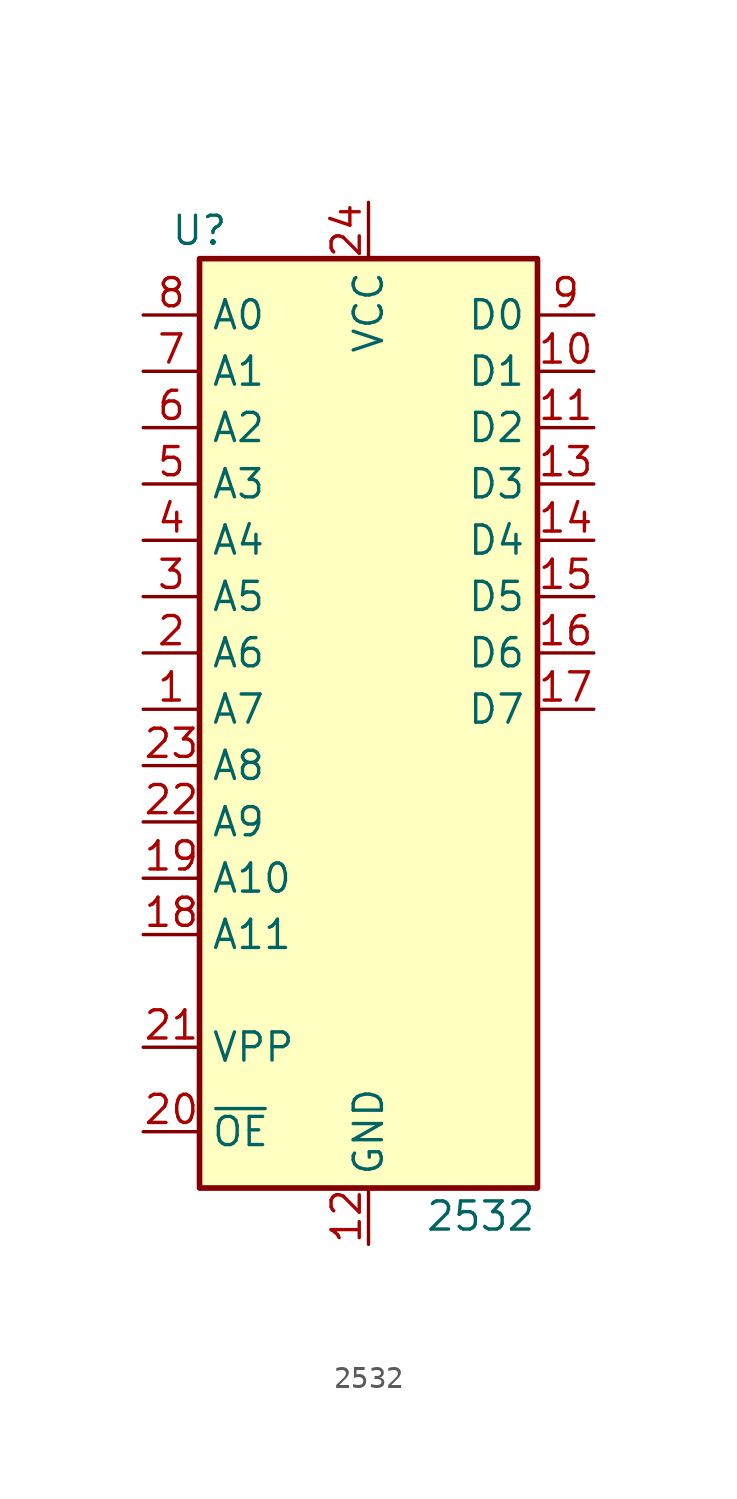
<source format=kicad_sym>
(kicad_symbol_lib
  (version 20211014)
  (generator kicad_symbol_editor)
  (symbol "2532"
    (property "Reference" "U"
      (at -7.62 20.32 0)
      (effects (font (size 1.27 1.27))))
    (property "Value" "2532"
      (at 2.54 -24.13 0)
      (effects (font (size 1.27 1.27)) (justify left)))
    (symbol "2532_1_1"
      (rectangle (start -7.62 19.05) (end 7.62 -22.86) (stroke (width 0.254) (type default) (color 0 0 0 0)) (fill (type background)))
      (pin input line (at -10.16 -1.27 0) (length 2.54) (name "A7" (effects (font (size 1.27 1.27)))) (number "1" (effects (font (size 1.27 1.27)))))
      (pin tri_state line (at 10.16 13.97 180) (length 2.54) (name "D1" (effects (font (size 1.27 1.27)))) (number "10" (effects (font (size 1.27 1.27)))))
      (pin tri_state line (at 10.16 11.43 180) (length 2.54) (name "D2" (effects (font (size 1.27 1.27)))) (number "11" (effects (font (size 1.27 1.27)))))
      (pin power_in line (at 0 -25.4 90) (length 2.54) (name "GND" (effects (font (size 1.27 1.27)))) (number "12" (effects (font (size 1.27 1.27)))))
      (pin tri_state line (at 10.16 8.89 180) (length 2.54) (name "D3" (effects (font (size 1.27 1.27)))) (number "13" (effects (font (size 1.27 1.27)))))
      (pin tri_state line (at 10.16 6.35 180) (length 2.54) (name "D4" (effects (font (size 1.27 1.27)))) (number "14" (effects (font (size 1.27 1.27)))))
      (pin tri_state line (at 10.16 3.81 180) (length 2.54) (name "D5" (effects (font (size 1.27 1.27)))) (number "15" (effects (font (size 1.27 1.27)))))
      (pin tri_state line (at 10.16 1.27 180) (length 2.54) (name "D6" (effects (font (size 1.27 1.27)))) (number "16" (effects (font (size 1.27 1.27)))))
      (pin tri_state line (at 10.16 -1.27 180) (length 2.54) (name "D7" (effects (font (size 1.27 1.27)))) (number "17" (effects (font (size 1.27 1.27)))))
      (pin input line (at -10.16 -11.43 0) (length 2.54) (name "A11" (effects (font (size 1.27 1.27)))) (number "18" (effects (font (size 1.27 1.27)))))
      (pin input line (at -10.16 -8.89 0) (length 2.54) (name "A10" (effects (font (size 1.27 1.27)))) (number "19" (effects (font (size 1.27 1.27)))))
      (pin input line (at -10.16 1.27 0) (length 2.54) (name "A6" (effects (font (size 1.27 1.27)))) (number "2" (effects (font (size 1.27 1.27)))))
      (pin input line (at -10.16 -20.32 0) (length 2.54) (name "~{OE}" (effects (font (size 1.27 1.27)))) (number "20" (effects (font (size 1.27 1.27)))))
      (pin input line (at -10.16 -16.51 0) (length 2.54) (name "VPP" (effects (font (size 1.27 1.27)))) (number "21" (effects (font (size 1.27 1.27)))))
      (pin input line (at -10.16 -6.35 0) (length 2.54) (name "A9" (effects (font (size 1.27 1.27)))) (number "22" (effects (font (size 1.27 1.27)))))
      (pin input line (at -10.16 -3.81 0) (length 2.54) (name "A8" (effects (font (size 1.27 1.27)))) (number "23" (effects (font (size 1.27 1.27)))))
      (pin power_in line (at 0 21.59 270) (length 2.54) (name "VCC" (effects (font (size 1.27 1.27)))) (number "24" (effects (font (size 1.27 1.27)))))
      (pin input line (at -10.16 3.81 0) (length 2.54) (name "A5" (effects (font (size 1.27 1.27)))) (number "3" (effects (font (size 1.27 1.27)))))
      (pin input line (at -10.16 6.35 0) (length 2.54) (name "A4" (effects (font (size 1.27 1.27)))) (number "4" (effects (font (size 1.27 1.27)))))
      (pin input line (at -10.16 8.89 0) (length 2.54) (name "A3" (effects (font (size 1.27 1.27)))) (number "5" (effects (font (size 1.27 1.27)))))
      (pin input line (at -10.16 11.43 0) (length 2.54) (name "A2" (effects (font (size 1.27 1.27)))) (number "6" (effects (font (size 1.27 1.27)))))
      (pin input line (at -10.16 13.97 0) (length 2.54) (name "A1" (effects (font (size 1.27 1.27)))) (number "7" (effects (font (size 1.27 1.27)))))
      (pin input line (at -10.16 16.51 0) (length 2.54) (name "A0" (effects (font (size 1.27 1.27)))) (number "8" (effects (font (size 1.27 1.27)))))
      (pin tri_state line (at 10.16 16.51 180) (length 2.54) (name "D0" (effects (font (size 1.27 1.27)))) (number "9" (effects (font (size 1.27 1.27))))))))
</source>
